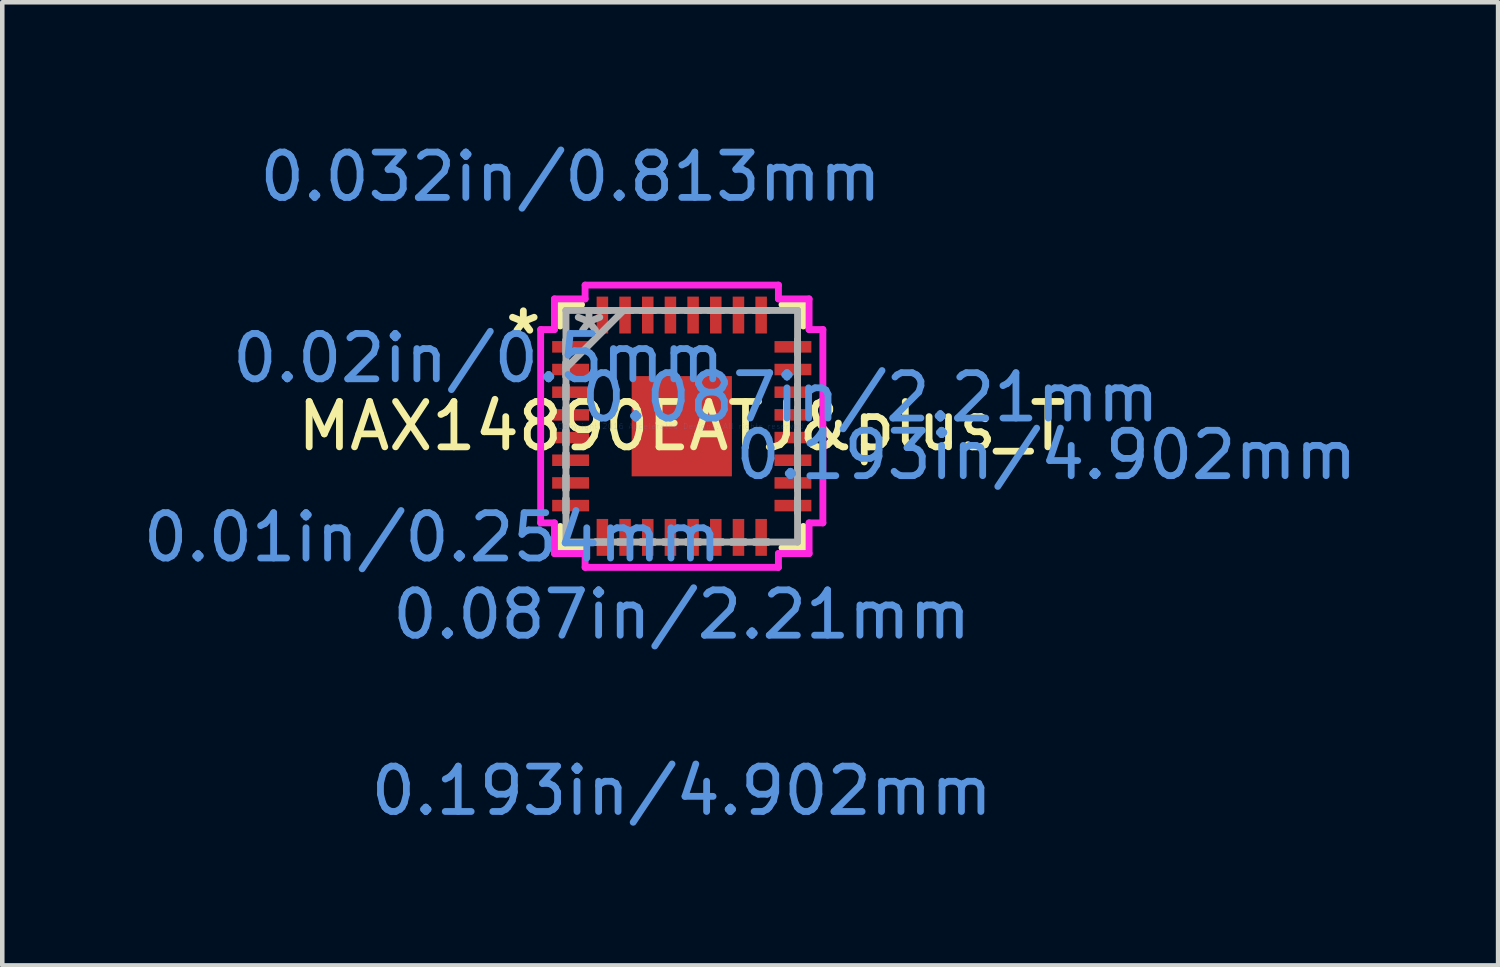
<source format=kicad_pcb>
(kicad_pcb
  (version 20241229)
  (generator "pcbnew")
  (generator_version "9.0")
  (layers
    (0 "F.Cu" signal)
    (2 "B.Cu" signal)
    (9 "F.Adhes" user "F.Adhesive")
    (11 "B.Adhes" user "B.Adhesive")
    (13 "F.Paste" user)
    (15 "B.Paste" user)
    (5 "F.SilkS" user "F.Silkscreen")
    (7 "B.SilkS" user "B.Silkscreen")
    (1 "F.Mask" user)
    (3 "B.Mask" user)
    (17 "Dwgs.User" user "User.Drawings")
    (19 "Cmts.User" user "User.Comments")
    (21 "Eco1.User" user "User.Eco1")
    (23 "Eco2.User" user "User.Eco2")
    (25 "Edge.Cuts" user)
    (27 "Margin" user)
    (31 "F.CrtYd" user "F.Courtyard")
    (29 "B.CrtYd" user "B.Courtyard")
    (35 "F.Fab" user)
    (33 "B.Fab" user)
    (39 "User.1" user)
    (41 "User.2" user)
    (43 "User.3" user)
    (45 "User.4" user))
  (footprint "MAX14890EATJ&plus_T"
    (layer "F.Cu")
    (at 11.981 6.347)
    (property "Reference" "MAX14890EATJ&plus_T" (at 0 0 0) (layer "F.SilkS") (effects (font (size 1 1) (thickness 0.15))))
    (attr through_hole)
    (fp_line (start -2.68 -2.68) (end -2.68 -2.21) (stroke (width 0.152) (type solid)) (layer "F.SilkS"))
    (fp_line (start -2.68 2.21) (end -2.68 2.68) (stroke (width 0.152) (type solid)) (layer "F.SilkS"))
    (fp_line (start -2.68 2.68) (end -2.21 2.68) (stroke (width 0.152) (type solid)) (layer "F.SilkS"))
    (fp_line (start -2.21 -2.68) (end -2.68 -2.68) (stroke (width 0.152) (type solid)) (layer "F.SilkS"))
    (fp_line (start 2.21 2.68) (end 2.68 2.68) (stroke (width 0.152) (type solid)) (layer "F.SilkS"))
    (fp_line (start 2.68 -2.68) (end 2.21 -2.68) (stroke (width 0.152) (type solid)) (layer "F.SilkS"))
    (fp_line (start 2.68 -2.21) (end 2.68 -2.68) (stroke (width 0.152) (type solid)) (layer "F.SilkS"))
    (fp_line (start 2.68 2.68) (end 2.68 2.21) (stroke (width 0.152) (type solid)) (layer "F.SilkS"))
    (fp_line (start -3.111 -2.131) (end -2.807 -2.131) (stroke (width 0.152) (type solid)) (layer "F.CrtYd"))
    (fp_line (start -3.111 2.131) (end -3.111 -2.131) (stroke (width 0.152) (type solid)) (layer "F.CrtYd"))
    (fp_line (start -2.807 -2.807) (end -2.131 -2.807) (stroke (width 0.152) (type solid)) (layer "F.CrtYd"))
    (fp_line (start -2.807 -2.131) (end -2.807 -2.807) (stroke (width 0.152) (type solid)) (layer "F.CrtYd"))
    (fp_line (start -2.807 2.131) (end -3.111 2.131) (stroke (width 0.152) (type solid)) (layer "F.CrtYd"))
    (fp_line (start -2.807 2.807) (end -2.807 2.131) (stroke (width 0.152) (type solid)) (layer "F.CrtYd"))
    (fp_line (start -2.131 -3.111) (end 2.131 -3.111) (stroke (width 0.152) (type solid)) (layer "F.CrtYd"))
    (fp_line (start -2.131 -2.807) (end -2.131 -3.111) (stroke (width 0.152) (type solid)) (layer "F.CrtYd"))
    (fp_line (start -2.131 2.807) (end -2.807 2.807) (stroke (width 0.152) (type solid)) (layer "F.CrtYd"))
    (fp_line (start -2.131 3.111) (end -2.131 2.807) (stroke (width 0.152) (type solid)) (layer "F.CrtYd"))
    (fp_line (start 2.131 -3.111) (end 2.131 -2.807) (stroke (width 0.152) (type solid)) (layer "F.CrtYd"))
    (fp_line (start 2.131 -2.807) (end 2.807 -2.807) (stroke (width 0.152) (type solid)) (layer "F.CrtYd"))
    (fp_line (start 2.131 2.807) (end 2.131 3.111) (stroke (width 0.152) (type solid)) (layer "F.CrtYd"))
    (fp_line (start 2.131 3.111) (end -2.131 3.111) (stroke (width 0.152) (type solid)) (layer "F.CrtYd"))
    (fp_line (start 2.807 -2.807) (end 2.807 -2.131) (stroke (width 0.152) (type solid)) (layer "F.CrtYd"))
    (fp_line (start 2.807 -2.131) (end 3.111 -2.131) (stroke (width 0.152) (type solid)) (layer "F.CrtYd"))
    (fp_line (start 2.807 2.131) (end 2.807 2.807) (stroke (width 0.152) (type solid)) (layer "F.CrtYd"))
    (fp_line (start 2.807 2.807) (end 2.131 2.807) (stroke (width 0.152) (type solid)) (layer "F.CrtYd"))
    (fp_line (start 3.111 -2.131) (end 3.111 2.131) (stroke (width 0.152) (type solid)) (layer "F.CrtYd"))
    (fp_line (start 3.111 2.131) (end 2.807 2.131) (stroke (width 0.152) (type solid)) (layer "F.CrtYd"))
    (fp_line (start -2.553 -2.553) (end -2.553 -2.553) (stroke (width 0.152) (type solid)) (layer "F.Fab"))
    (fp_line (start -2.553 -2.553) (end -2.553 2.553) (stroke (width 0.152) (type solid)) (layer "F.Fab"))
    (fp_line (start -2.553 -1.902) (end -2.553 -1.902) (stroke (width 0.152) (type solid)) (layer "F.Fab"))
    (fp_line (start -2.553 -1.902) (end -2.553 -1.598) (stroke (width 0.152) (type solid)) (layer "F.Fab"))
    (fp_line (start -2.553 -1.598) (end -2.553 -1.902) (stroke (width 0.152) (type solid)) (layer "F.Fab"))
    (fp_line (start -2.553 -1.598) (end -2.553 -1.598) (stroke (width 0.152) (type solid)) (layer "F.Fab"))
    (fp_line (start -2.553 -1.402) (end -2.553 -1.402) (stroke (width 0.152) (type solid)) (layer "F.Fab"))
    (fp_line (start -2.553 -1.402) (end -2.553 -1.098) (stroke (width 0.152) (type solid)) (layer "F.Fab"))
    (fp_line (start -2.553 -1.283) (end -1.283 -2.553) (stroke (width 0.152) (type solid)) (layer "F.Fab"))
    (fp_line (start -2.553 -1.098) (end -2.553 -1.402) (stroke (width 0.152) (type solid)) (layer "F.Fab"))
    (fp_line (start -2.553 -1.098) (end -2.553 -1.098) (stroke (width 0.152) (type solid)) (layer "F.Fab"))
    (fp_line (start -2.553 -0.902) (end -2.553 -0.902) (stroke (width 0.152) (type solid)) (layer "F.Fab"))
    (fp_line (start -2.553 -0.902) (end -2.553 -0.598) (stroke (width 0.152) (type solid)) (layer "F.Fab"))
    (fp_line (start -2.553 -0.598) (end -2.553 -0.902) (stroke (width 0.152) (type solid)) (layer "F.Fab"))
    (fp_line (start -2.553 -0.598) (end -2.553 -0.598) (stroke (width 0.152) (type solid)) (layer "F.Fab"))
    (fp_line (start -2.553 -0.402) (end -2.553 -0.402) (stroke (width 0.152) (type solid)) (layer "F.Fab"))
    (fp_line (start -2.553 -0.402) (end -2.553 -0.098) (stroke (width 0.152) (type solid)) (layer "F.Fab"))
    (fp_line (start -2.553 -0.098) (end -2.553 -0.402) (stroke (width 0.152) (type solid)) (layer "F.Fab"))
    (fp_line (start -2.553 -0.098) (end -2.553 -0.098) (stroke (width 0.152) (type solid)) (layer "F.Fab"))
    (fp_line (start -2.553 0.098) (end -2.553 0.098) (stroke (width 0.152) (type solid)) (layer "F.Fab"))
    (fp_line (start -2.553 0.098) (end -2.553 0.402) (stroke (width 0.152) (type solid)) (layer "F.Fab"))
    (fp_line (start -2.553 0.402) (end -2.553 0.098) (stroke (width 0.152) (type solid)) (layer "F.Fab"))
    (fp_line (start -2.553 0.402) (end -2.553 0.402) (stroke (width 0.152) (type solid)) (layer "F.Fab"))
    (fp_line (start -2.553 0.598) (end -2.553 0.598) (stroke (width 0.152) (type solid)) (layer "F.Fab"))
    (fp_line (start -2.553 0.598) (end -2.553 0.902) (stroke (width 0.152) (type solid)) (layer "F.Fab"))
    (fp_line (start -2.553 0.902) (end -2.553 0.598) (stroke (width 0.152) (type solid)) (layer "F.Fab"))
    (fp_line (start -2.553 0.902) (end -2.553 0.902) (stroke (width 0.152) (type solid)) (layer "F.Fab"))
    (fp_line (start -2.553 1.098) (end -2.553 1.098) (stroke (width 0.152) (type solid)) (layer "F.Fab"))
    (fp_line (start -2.553 1.098) (end -2.553 1.402) (stroke (width 0.152) (type solid)) (layer "F.Fab"))
    (fp_line (start -2.553 1.402) (end -2.553 1.098) (stroke (width 0.152) (type solid)) (layer "F.Fab"))
    (fp_line (start -2.553 1.402) (end -2.553 1.402) (stroke (width 0.152) (type solid)) (layer "F.Fab"))
    (fp_line (start -2.553 1.598) (end -2.553 1.598) (stroke (width 0.152) (type solid)) (layer "F.Fab"))
    (fp_line (start -2.553 1.598) (end -2.553 1.902) (stroke (width 0.152) (type solid)) (layer "F.Fab"))
    (fp_line (start -2.553 1.902) (end -2.553 1.598) (stroke (width 0.152) (type solid)) (layer "F.Fab"))
    (fp_line (start -2.553 1.902) (end -2.553 1.902) (stroke (width 0.152) (type solid)) (layer "F.Fab"))
    (fp_line (start -2.553 2.553) (end -2.553 2.553) (stroke (width 0.152) (type solid)) (layer "F.Fab"))
    (fp_line (start -2.553 2.553) (end 2.553 2.553) (stroke (width 0.152) (type solid)) (layer "F.Fab"))
    (fp_line (start -1.902 -2.553) (end -1.902 -2.553) (stroke (width 0.152) (type solid)) (layer "F.Fab"))
    (fp_line (start -1.902 -2.553) (end -1.598 -2.553) (stroke (width 0.152) (type solid)) (layer "F.Fab"))
    (fp_line (start -1.902 2.553) (end -1.902 2.553) (stroke (width 0.152) (type solid)) (layer "F.Fab"))
    (fp_line (start -1.902 2.553) (end -1.598 2.553) (stroke (width 0.152) (type solid)) (layer "F.Fab"))
    (fp_line (start -1.598 -2.553) (end -1.902 -2.553) (stroke (width 0.152) (type solid)) (layer "F.Fab"))
    (fp_line (start -1.598 -2.553) (end -1.598 -2.553) (stroke (width 0.152) (type solid)) (layer "F.Fab"))
    (fp_line (start -1.598 2.553) (end -1.902 2.553) (stroke (width 0.152) (type solid)) (layer "F.Fab"))
    (fp_line (start -1.598 2.553) (end -1.598 2.553) (stroke (width 0.152) (type solid)) (layer "F.Fab"))
    (fp_line (start -1.402 -2.553) (end -1.402 -2.553) (stroke (width 0.152) (type solid)) (layer "F.Fab"))
    (fp_line (start -1.402 -2.553) (end -1.098 -2.553) (stroke (width 0.152) (type solid)) (layer "F.Fab"))
    (fp_line (start -1.402 2.553) (end -1.402 2.553) (stroke (width 0.152) (type solid)) (layer "F.Fab"))
    (fp_line (start -1.402 2.553) (end -1.098 2.553) (stroke (width 0.152) (type solid)) (layer "F.Fab"))
    (fp_line (start -1.098 -2.553) (end -1.402 -2.553) (stroke (width 0.152) (type solid)) (layer "F.Fab"))
    (fp_line (start -1.098 -2.553) (end -1.098 -2.553) (stroke (width 0.152) (type solid)) (layer "F.Fab"))
    (fp_line (start -1.098 2.553) (end -1.402 2.553) (stroke (width 0.152) (type solid)) (layer "F.Fab"))
    (fp_line (start -1.098 2.553) (end -1.098 2.553) (stroke (width 0.152) (type solid)) (layer "F.Fab"))
    (fp_line (start -0.902 -2.553) (end -0.902 -2.553) (stroke (width 0.152) (type solid)) (layer "F.Fab"))
    (fp_line (start -0.902 -2.553) (end -0.598 -2.553) (stroke (width 0.152) (type solid)) (layer "F.Fab"))
    (fp_line (start -0.902 2.553) (end -0.902 2.553) (stroke (width 0.152) (type solid)) (layer "F.Fab"))
    (fp_line (start -0.902 2.553) (end -0.598 2.553) (stroke (width 0.152) (type solid)) (layer "F.Fab"))
    (fp_line (start -0.598 -2.553) (end -0.902 -2.553) (stroke (width 0.152) (type solid)) (layer "F.Fab"))
    (fp_line (start -0.598 -2.553) (end -0.598 -2.553) (stroke (width 0.152) (type solid)) (layer "F.Fab"))
    (fp_line (start -0.598 2.553) (end -0.902 2.553) (stroke (width 0.152) (type solid)) (layer "F.Fab"))
    (fp_line (start -0.598 2.553) (end -0.598 2.553) (stroke (width 0.152) (type solid)) (layer "F.Fab"))
    (fp_line (start -0.402 -2.553) (end -0.402 -2.553) (stroke (width 0.152) (type solid)) (layer "F.Fab"))
    (fp_line (start -0.402 -2.553) (end -0.098 -2.553) (stroke (width 0.152) (type solid)) (layer "F.Fab"))
    (fp_line (start -0.402 2.553) (end -0.402 2.553) (stroke (width 0.152) (type solid)) (layer "F.Fab"))
    (fp_line (start -0.402 2.553) (end -0.098 2.553) (stroke (width 0.152) (type solid)) (layer "F.Fab"))
    (fp_line (start -0.098 -2.553) (end -0.402 -2.553) (stroke (width 0.152) (type solid)) (layer "F.Fab"))
    (fp_line (start -0.098 -2.553) (end -0.098 -2.553) (stroke (width 0.152) (type solid)) (layer "F.Fab"))
    (fp_line (start -0.098 2.553) (end -0.402 2.553) (stroke (width 0.152) (type solid)) (layer "F.Fab"))
    (fp_line (start -0.098 2.553) (end -0.098 2.553) (stroke (width 0.152) (type solid)) (layer "F.Fab"))
    (fp_line (start 0.098 -2.553) (end 0.098 -2.553) (stroke (width 0.152) (type solid)) (layer "F.Fab"))
    (fp_line (start 0.098 -2.553) (end 0.402 -2.553) (stroke (width 0.152) (type solid)) (layer "F.Fab"))
    (fp_line (start 0.098 2.553) (end 0.098 2.553) (stroke (width 0.152) (type solid)) (layer "F.Fab"))
    (fp_line (start 0.098 2.553) (end 0.402 2.553) (stroke (width 0.152) (type solid)) (layer "F.Fab"))
    (fp_line (start 0.402 -2.553) (end 0.098 -2.553) (stroke (width 0.152) (type solid)) (layer "F.Fab"))
    (fp_line (start 0.402 -2.553) (end 0.402 -2.553) (stroke (width 0.152) (type solid)) (layer "F.Fab"))
    (fp_line (start 0.402 2.553) (end 0.098 2.553) (stroke (width 0.152) (type solid)) (layer "F.Fab"))
    (fp_line (start 0.402 2.553) (end 0.402 2.553) (stroke (width 0.152) (type solid)) (layer "F.Fab"))
    (fp_line (start 0.598 -2.553) (end 0.598 -2.553) (stroke (width 0.152) (type solid)) (layer "F.Fab"))
    (fp_line (start 0.598 -2.553) (end 0.902 -2.553) (stroke (width 0.152) (type solid)) (layer "F.Fab"))
    (fp_line (start 0.598 2.553) (end 0.598 2.553) (stroke (width 0.152) (type solid)) (layer "F.Fab"))
    (fp_line (start 0.598 2.553) (end 0.902 2.553) (stroke (width 0.152) (type solid)) (layer "F.Fab"))
    (fp_line (start 0.902 -2.553) (end 0.598 -2.553) (stroke (width 0.152) (type solid)) (layer "F.Fab"))
    (fp_line (start 0.902 -2.553) (end 0.902 -2.553) (stroke (width 0.152) (type solid)) (layer "F.Fab"))
    (fp_line (start 0.902 2.553) (end 0.598 2.553) (stroke (width 0.152) (type solid)) (layer "F.Fab"))
    (fp_line (start 0.902 2.553) (end 0.902 2.553) (stroke (width 0.152) (type solid)) (layer "F.Fab"))
    (fp_line (start 1.098 -2.553) (end 1.098 -2.553) (stroke (width 0.152) (type solid)) (layer "F.Fab"))
    (fp_line (start 1.098 -2.553) (end 1.402 -2.553) (stroke (width 0.152) (type solid)) (layer "F.Fab"))
    (fp_line (start 1.098 2.553) (end 1.098 2.553) (stroke (width 0.152) (type solid)) (layer "F.Fab"))
    (fp_line (start 1.098 2.553) (end 1.402 2.553) (stroke (width 0.152) (type solid)) (layer "F.Fab"))
    (fp_line (start 1.402 -2.553) (end 1.098 -2.553) (stroke (width 0.152) (type solid)) (layer "F.Fab"))
    (fp_line (start 1.402 -2.553) (end 1.402 -2.553) (stroke (width 0.152) (type solid)) (layer "F.Fab"))
    (fp_line (start 1.402 2.553) (end 1.098 2.553) (stroke (width 0.152) (type solid)) (layer "F.Fab"))
    (fp_line (start 1.402 2.553) (end 1.402 2.553) (stroke (width 0.152) (type solid)) (layer "F.Fab"))
    (fp_line (start 1.598 -2.553) (end 1.598 -2.553) (stroke (width 0.152) (type solid)) (layer "F.Fab"))
    (fp_line (start 1.598 -2.553) (end 1.902 -2.553) (stroke (width 0.152) (type solid)) (layer "F.Fab"))
    (fp_line (start 1.598 2.553) (end 1.598 2.553) (stroke (width 0.152) (type solid)) (layer "F.Fab"))
    (fp_line (start 1.598 2.553) (end 1.902 2.553) (stroke (width 0.152) (type solid)) (layer "F.Fab"))
    (fp_line (start 1.902 -2.553) (end 1.598 -2.553) (stroke (width 0.152) (type solid)) (layer "F.Fab"))
    (fp_line (start 1.902 -2.553) (end 1.902 -2.553) (stroke (width 0.152) (type solid)) (layer "F.Fab"))
    (fp_line (start 1.902 2.553) (end 1.598 2.553) (stroke (width 0.152) (type solid)) (layer "F.Fab"))
    (fp_line (start 1.902 2.553) (end 1.902 2.553) (stroke (width 0.152) (type solid)) (layer "F.Fab"))
    (fp_line (start 2.553 -2.553) (end -2.553 -2.553) (stroke (width 0.152) (type solid)) (layer "F.Fab"))
    (fp_line (start 2.553 -2.553) (end 2.553 -2.553) (stroke (width 0.152) (type solid)) (layer "F.Fab"))
    (fp_line (start 2.553 -1.902) (end 2.553 -1.902) (stroke (width 0.152) (type solid)) (layer "F.Fab"))
    (fp_line (start 2.553 -1.902) (end 2.553 -1.598) (stroke (width 0.152) (type solid)) (layer "F.Fab"))
    (fp_line (start 2.553 -1.598) (end 2.553 -1.902) (stroke (width 0.152) (type solid)) (layer "F.Fab"))
    (fp_line (start 2.553 -1.598) (end 2.553 -1.598) (stroke (width 0.152) (type solid)) (layer "F.Fab"))
    (fp_line (start 2.553 -1.402) (end 2.553 -1.402) (stroke (width 0.152) (type solid)) (layer "F.Fab"))
    (fp_line (start 2.553 -1.402) (end 2.553 -1.098) (stroke (width 0.152) (type solid)) (layer "F.Fab"))
    (fp_line (start 2.553 -1.098) (end 2.553 -1.402) (stroke (width 0.152) (type solid)) (layer "F.Fab"))
    (fp_line (start 2.553 -1.098) (end 2.553 -1.098) (stroke (width 0.152) (type solid)) (layer "F.Fab"))
    (fp_line (start 2.553 -0.902) (end 2.553 -0.902) (stroke (width 0.152) (type solid)) (layer "F.Fab"))
    (fp_line (start 2.553 -0.902) (end 2.553 -0.598) (stroke (width 0.152) (type solid)) (layer "F.Fab"))
    (fp_line (start 2.553 -0.598) (end 2.553 -0.902) (stroke (width 0.152) (type solid)) (layer "F.Fab"))
    (fp_line (start 2.553 -0.598) (end 2.553 -0.598) (stroke (width 0.152) (type solid)) (layer "F.Fab"))
    (fp_line (start 2.553 -0.402) (end 2.553 -0.402) (stroke (width 0.152) (type solid)) (layer "F.Fab"))
    (fp_line (start 2.553 -0.402) (end 2.553 -0.098) (stroke (width 0.152) (type solid)) (layer "F.Fab"))
    (fp_line (start 2.553 -0.098) (end 2.553 -0.402) (stroke (width 0.152) (type solid)) (layer "F.Fab"))
    (fp_line (start 2.553 -0.098) (end 2.553 -0.098) (stroke (width 0.152) (type solid)) (layer "F.Fab"))
    (fp_line (start 2.553 0.098) (end 2.553 0.098) (stroke (width 0.152) (type solid)) (layer "F.Fab"))
    (fp_line (start 2.553 0.098) (end 2.553 0.402) (stroke (width 0.152) (type solid)) (layer "F.Fab"))
    (fp_line (start 2.553 0.402) (end 2.553 0.098) (stroke (width 0.152) (type solid)) (layer "F.Fab"))
    (fp_line (start 2.553 0.402) (end 2.553 0.402) (stroke (width 0.152) (type solid)) (layer "F.Fab"))
    (fp_line (start 2.553 0.598) (end 2.553 0.598) (stroke (width 0.152) (type solid)) (layer "F.Fab"))
    (fp_line (start 2.553 0.598) (end 2.553 0.902) (stroke (width 0.152) (type solid)) (layer "F.Fab"))
    (fp_line (start 2.553 0.902) (end 2.553 0.598) (stroke (width 0.152) (type solid)) (layer "F.Fab"))
    (fp_line (start 2.553 0.902) (end 2.553 0.902) (stroke (width 0.152) (type solid)) (layer "F.Fab"))
    (fp_line (start 2.553 1.098) (end 2.553 1.098) (stroke (width 0.152) (type solid)) (layer "F.Fab"))
    (fp_line (start 2.553 1.098) (end 2.553 1.402) (stroke (width 0.152) (type solid)) (layer "F.Fab"))
    (fp_line (start 2.553 1.402) (end 2.553 1.098) (stroke (width 0.152) (type solid)) (layer "F.Fab"))
    (fp_line (start 2.553 1.402) (end 2.553 1.402) (stroke (width 0.152) (type solid)) (layer "F.Fab"))
    (fp_line (start 2.553 1.598) (end 2.553 1.598) (stroke (width 0.152) (type solid)) (layer "F.Fab"))
    (fp_line (start 2.553 1.598) (end 2.553 1.902) (stroke (width 0.152) (type solid)) (layer "F.Fab"))
    (fp_line (start 2.553 1.902) (end 2.553 1.598) (stroke (width 0.152) (type solid)) (layer "F.Fab"))
    (fp_line (start 2.553 1.902) (end 2.553 1.902) (stroke (width 0.152) (type solid)) (layer "F.Fab"))
    (fp_line (start 2.553 2.553) (end 2.553 -2.553) (stroke (width 0.152) (type solid)) (layer "F.Fab"))
    (fp_line (start 2.553 2.553) (end 2.553 2.553) (stroke (width 0.152) (type solid)) (layer "F.Fab"))
    (fp_text user "*" (at -3.493 -2 0) (layer "F.SilkS") (effects (font (size 1 1) (thickness 0.15))))
    (fp_text user "0.193in/4.902mm" (at 8.039 0.635 0) (layer "Cmts.User") (effects (font (size 1 1) (thickness 0.15))))
    (fp_text user "0.087in/2.21mm" (at 0 4.153 0) (layer "Cmts.User") (effects (font (size 1 1) (thickness 0.15))))
    (fp_text user "0.02in/0.5mm" (at -4.483 -1.5 0) (layer "Cmts.User") (effects (font (size 1 1) (thickness 0.15))))
    (fp_text user "Copyright 2016 Accelerated Designs. All rights reserved." (at 0 0 0) (layer "Cmts.User") (effects (font (size 0.127 0.127) (thickness 0.002))))
    (fp_text user "0.032in/0.813mm" (at -2.451 -5.499 0) (layer "Cmts.User") (effects (font (size 1 1) (thickness 0.15))))
    (fp_text user "0.087in/2.21mm" (at 4.153 -0.635 0) (layer "Cmts.User") (effects (font (size 1 1) (thickness 0.15))))
    (fp_text user "0.193in/4.902mm" (at 0 8.039 0) (layer "Cmts.User") (effects (font (size 1 1) (thickness 0.15))))
    (fp_text user "0.01in/0.254mm" (at -5.499 2.451 0) (layer "Cmts.User") (effects (font (size 1 1) (thickness 0.15))))
    (fp_text user "*" (at -2.045 -2 0) (layer "F.Fab") (effects (font (size 1 1) (thickness 0.15))))
    (pad "1" smd rect (at -2.451 -1.75 90) (size 0.254 0.813) (layers "F.Cu" "F.Mask" "F.Paste"))
    (pad "2" smd rect (at -2.451 -1.25 90) (size 0.254 0.813) (layers "F.Cu" "F.Mask" "F.Paste"))
    (pad "3" smd rect (at -2.451 -0.75 90) (size 0.254 0.813) (layers "F.Cu" "F.Mask" "F.Paste"))
    (pad "4" smd rect (at -2.451 -0.25 90) (size 0.254 0.813) (layers "F.Cu" "F.Mask" "F.Paste"))
    (pad "5" smd rect (at -2.451 0.25 90) (size 0.254 0.813) (layers "F.Cu" "F.Mask" "F.Paste"))
    (pad "6" smd rect (at -2.451 0.75 90) (size 0.254 0.813) (layers "F.Cu" "F.Mask" "F.Paste"))
    (pad "7" smd rect (at -2.451 1.25 90) (size 0.254 0.813) (layers "F.Cu" "F.Mask" "F.Paste"))
    (pad "8" smd rect (at -2.451 1.75 90) (size 0.254 0.813) (layers "F.Cu" "F.Mask" "F.Paste"))
    (pad "9" smd rect (at -1.75 2.451) (size 0.254 0.813) (layers "F.Cu" "F.Mask" "F.Paste"))
    (pad "10" smd rect (at -1.25 2.451) (size 0.254 0.813) (layers "F.Cu" "F.Mask" "F.Paste"))
    (pad "11" smd rect (at -0.75 2.451) (size 0.254 0.813) (layers "F.Cu" "F.Mask" "F.Paste"))
    (pad "12" smd rect (at -0.25 2.451) (size 0.254 0.813) (layers "F.Cu" "F.Mask" "F.Paste"))
    (pad "13" smd rect (at 0.25 2.451) (size 0.254 0.813) (layers "F.Cu" "F.Mask" "F.Paste"))
    (pad "14" smd rect (at 0.75 2.451) (size 0.254 0.813) (layers "F.Cu" "F.Mask" "F.Paste"))
    (pad "15" smd rect (at 1.25 2.451) (size 0.254 0.813) (layers "F.Cu" "F.Mask" "F.Paste"))
    (pad "16" smd rect (at 1.75 2.451) (size 0.254 0.813) (layers "F.Cu" "F.Mask" "F.Paste"))
    (pad "17" smd rect (at 2.451 1.75 90) (size 0.254 0.813) (layers "F.Cu" "F.Mask" "F.Paste"))
    (pad "18" smd rect (at 2.451 1.25 90) (size 0.254 0.813) (layers "F.Cu" "F.Mask" "F.Paste"))
    (pad "19" smd rect (at 2.451 0.75 90) (size 0.254 0.813) (layers "F.Cu" "F.Mask" "F.Paste"))
    (pad "20" smd rect (at 2.451 0.25 90) (size 0.254 0.813) (layers "F.Cu" "F.Mask" "F.Paste"))
    (pad "21" smd rect (at 2.451 -0.25 90) (size 0.254 0.813) (layers "F.Cu" "F.Mask" "F.Paste"))
    (pad "22" smd rect (at 2.451 -0.75 90) (size 0.254 0.813) (layers "F.Cu" "F.Mask" "F.Paste"))
    (pad "23" smd rect (at 2.451 -1.25 90) (size 0.254 0.813) (layers "F.Cu" "F.Mask" "F.Paste"))
    (pad "24" smd rect (at 2.451 -1.75 90) (size 0.254 0.813) (layers "F.Cu" "F.Mask" "F.Paste"))
    (pad "25" smd rect (at 1.75 -2.451) (size 0.254 0.813) (layers "F.Cu" "F.Mask" "F.Paste"))
    (pad "26" smd rect (at 1.25 -2.451) (size 0.254 0.813) (layers "F.Cu" "F.Mask" "F.Paste"))
    (pad "27" smd rect (at 0.75 -2.451) (size 0.254 0.813) (layers "F.Cu" "F.Mask" "F.Paste"))
    (pad "28" smd rect (at 0.25 -2.451) (size 0.254 0.813) (layers "F.Cu" "F.Mask" "F.Paste"))
    (pad "29" smd rect (at -0.25 -2.451) (size 0.254 0.813) (layers "F.Cu" "F.Mask" "F.Paste"))
    (pad "30" smd rect (at -0.75 -2.451) (size 0.254 0.813) (layers "F.Cu" "F.Mask" "F.Paste"))
    (pad "31" smd rect (at -1.25 -2.451) (size 0.254 0.813) (layers "F.Cu" "F.Mask" "F.Paste"))
    (pad "32" smd rect (at -1.75 -2.451) (size 0.254 0.813) (layers "F.Cu" "F.Mask" "F.Paste"))
    (pad "33" smd rect (at 0 0) (size 2.21 2.21) (layers "F.Cu" "F.Mask" "F.Paste")))
  (gr_rect
    (start -3 -3)
    (end 29.979 18.235)
    (stroke (width 0.1) (type default))
    (fill no)
    (layer "Edge.Cuts")))
</source>
